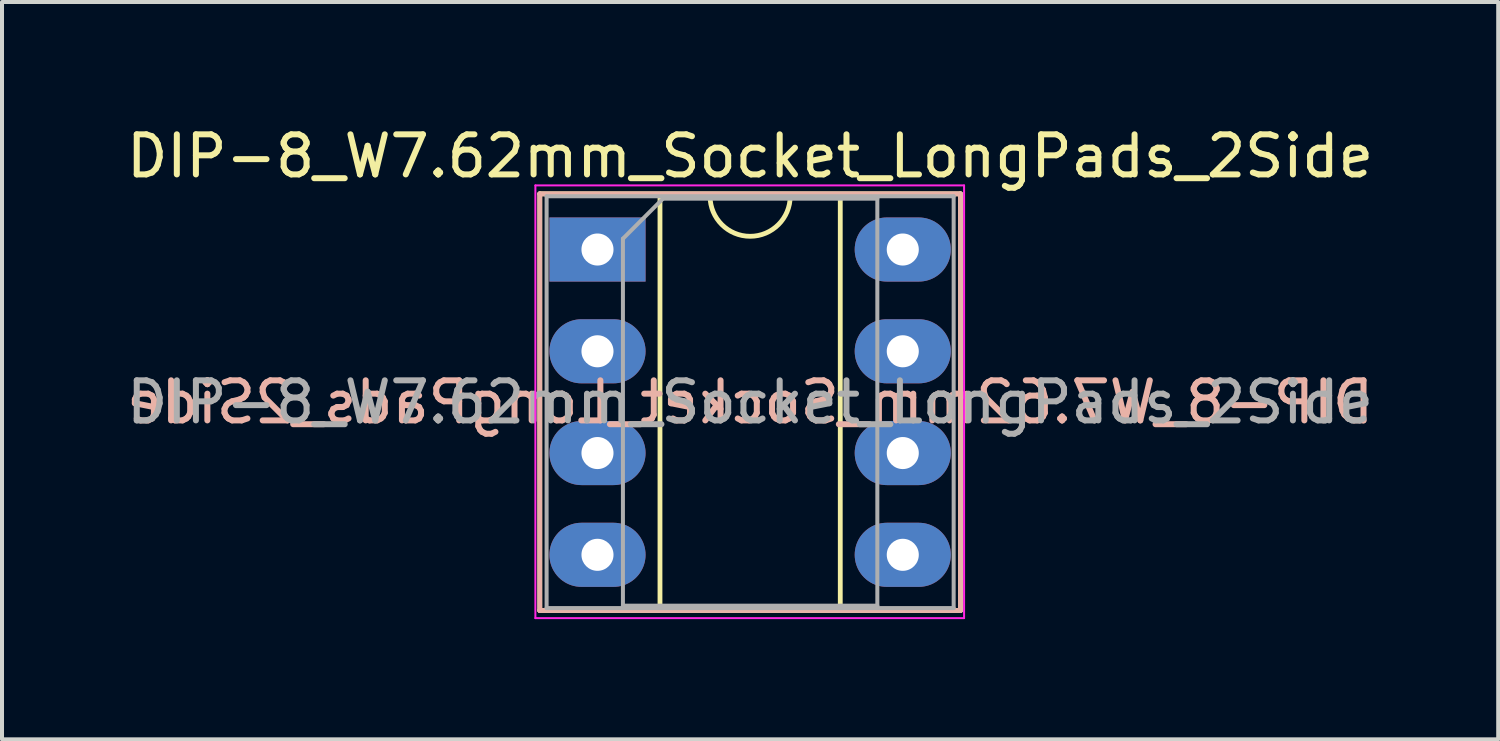
<source format=kicad_pcb>
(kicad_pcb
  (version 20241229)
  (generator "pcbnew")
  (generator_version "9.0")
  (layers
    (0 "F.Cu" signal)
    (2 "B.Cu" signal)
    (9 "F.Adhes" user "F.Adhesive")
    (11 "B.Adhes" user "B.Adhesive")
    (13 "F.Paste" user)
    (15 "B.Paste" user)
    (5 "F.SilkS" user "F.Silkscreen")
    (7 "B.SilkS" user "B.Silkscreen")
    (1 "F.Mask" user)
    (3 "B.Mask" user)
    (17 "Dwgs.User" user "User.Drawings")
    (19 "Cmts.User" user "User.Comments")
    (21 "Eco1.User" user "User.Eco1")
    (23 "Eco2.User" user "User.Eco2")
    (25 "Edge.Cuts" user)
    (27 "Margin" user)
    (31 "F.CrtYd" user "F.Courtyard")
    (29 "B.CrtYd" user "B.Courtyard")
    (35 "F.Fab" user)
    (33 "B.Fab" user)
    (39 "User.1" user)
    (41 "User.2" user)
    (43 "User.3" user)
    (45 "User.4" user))
  (footprint "DIP-8_W7.62mm_Socket_LongPads_2Side"
    (layer "F.Cu")
    (at 11.863 3.178)
    (property "Reference" "DIP-8_W7.62mm_Socket_LongPads_2Side" (at 3.81 -2.33 0) (layer "F.SilkS") (effects (font (size 1 1) (thickness 0.15))))
    (attr through_hole)
    (fp_line (start -1.44 -1.39) (end -1.44 9.01) (stroke (width 0.12) (type solid)) (layer "F.SilkS"))
    (fp_line (start -1.44 9.01) (end 9.06 9.01) (stroke (width 0.12) (type solid)) (layer "F.SilkS"))
    (fp_line (start 1.56 -1.33) (end 1.56 8.95) (stroke (width 0.12) (type solid)) (layer "F.SilkS"))
    (fp_line (start 1.56 8.95) (end 6.06 8.95) (stroke (width 0.12) (type solid)) (layer "F.SilkS"))
    (fp_line (start 2.81 -1.33) (end 1.56 -1.33) (stroke (width 0.12) (type solid)) (layer "F.SilkS"))
    (fp_line (start 6.06 -1.33) (end 4.81 -1.33) (stroke (width 0.12) (type solid)) (layer "F.SilkS"))
    (fp_line (start 6.06 8.95) (end 6.06 -1.33) (stroke (width 0.12) (type solid)) (layer "F.SilkS"))
    (fp_line (start 9.06 -1.39) (end -1.44 -1.39) (stroke (width 0.12) (type solid)) (layer "F.SilkS"))
    (fp_line (start 9.06 9.01) (end 9.06 -1.39) (stroke (width 0.12) (type solid)) (layer "F.SilkS"))
    (fp_arc (start 4.81 -1.33) (mid 3.81 -0.33) (end 2.81 -1.33) (stroke (width 0.12) (type solid)) (layer "F.SilkS"))
    (fp_line (start -1.44 -1.39) (end -1.44 9.01) (stroke (width 0.12) (type solid)) (layer "B.SilkS"))
    (fp_line (start -1.44 9.01) (end 9.06 9.01) (stroke (width 0.12) (type solid)) (layer "B.SilkS"))
    (fp_line (start 9.06 -1.39) (end -1.44 -1.39) (stroke (width 0.12) (type solid)) (layer "B.SilkS"))
    (fp_line (start 9.06 9.01) (end 9.06 -1.39) (stroke (width 0.12) (type solid)) (layer "B.SilkS"))
    (fp_line (start -1.55 -1.6) (end -1.55 9.2) (stroke (width 0.05) (type solid)) (layer "F.CrtYd"))
    (fp_line (start -1.55 9.2) (end 9.15 9.2) (stroke (width 0.05) (type solid)) (layer "F.CrtYd"))
    (fp_line (start 9.15 -1.6) (end -1.55 -1.6) (stroke (width 0.05) (type solid)) (layer "F.CrtYd"))
    (fp_line (start 9.15 9.2) (end 9.15 -1.6) (stroke (width 0.05) (type solid)) (layer "F.CrtYd"))
    (fp_line (start -1.27 -1.33) (end -1.27 8.95) (stroke (width 0.1) (type solid)) (layer "F.Fab"))
    (fp_line (start -1.27 8.95) (end 8.89 8.95) (stroke (width 0.1) (type solid)) (layer "F.Fab"))
    (fp_line (start 0.635 -0.27) (end 1.635 -1.27) (stroke (width 0.1) (type solid)) (layer "F.Fab"))
    (fp_line (start 0.635 8.89) (end 0.635 -0.27) (stroke (width 0.1) (type solid)) (layer "F.Fab"))
    (fp_line (start 1.635 -1.27) (end 6.985 -1.27) (stroke (width 0.1) (type solid)) (layer "F.Fab"))
    (fp_line (start 6.985 -1.27) (end 6.985 8.89) (stroke (width 0.1) (type solid)) (layer "F.Fab"))
    (fp_line (start 6.985 8.89) (end 0.635 8.89) (stroke (width 0.1) (type solid)) (layer "F.Fab"))
    (fp_line (start 8.89 -1.33) (end -1.27 -1.33) (stroke (width 0.1) (type solid)) (layer "F.Fab"))
    (fp_line (start 8.89 8.95) (end 8.89 -1.33) (stroke (width 0.1) (type solid)) (layer "F.Fab"))
    (fp_text user "${REFERENCE}" (at 3.81 3.81 0) (layer "B.SilkS") (effects (font (size 1 1) (thickness 0.15)) (justify mirror)))
    (fp_text user "${REFERENCE}" (at 3.81 3.81 0) (layer "F.Fab") (effects (font (size 1 1) (thickness 0.15))))
    (pad "1" thru_hole rect (at 0 0) (size 2.4 1.6) (drill 0.8) (layers "*.Cu" "*.Mask"))
    (pad "2" thru_hole oval (at 0 2.54) (size 2.4 1.6) (drill 0.8) (layers "*.Cu" "*.Mask"))
    (pad "3" thru_hole oval (at 0 5.08) (size 2.4 1.6) (drill 0.8) (layers "*.Cu" "*.Mask"))
    (pad "4" thru_hole oval (at 0 7.62) (size 2.4 1.6) (drill 0.8) (layers "*.Cu" "*.Mask"))
    (pad "5" thru_hole oval (at 7.62 7.62) (size 2.4 1.6) (drill 0.8) (layers "*.Cu" "*.Mask"))
    (pad "6" thru_hole oval (at 7.62 5.08) (size 2.4 1.6) (drill 0.8) (layers "*.Cu" "*.Mask"))
    (pad "7" thru_hole oval (at 7.62 2.54) (size 2.4 1.6) (drill 0.8) (layers "*.Cu" "*.Mask"))
    (pad "8" thru_hole oval (at 7.62 0) (size 2.4 1.6) (drill 0.8) (layers "*.Cu" "*.Mask")))
  (gr_rect
    (start -3 -3)
    (end 34.345 15.403)
    (stroke (width 0.1) (type default))
    (fill no)
    (layer "Edge.Cuts")))
</source>
